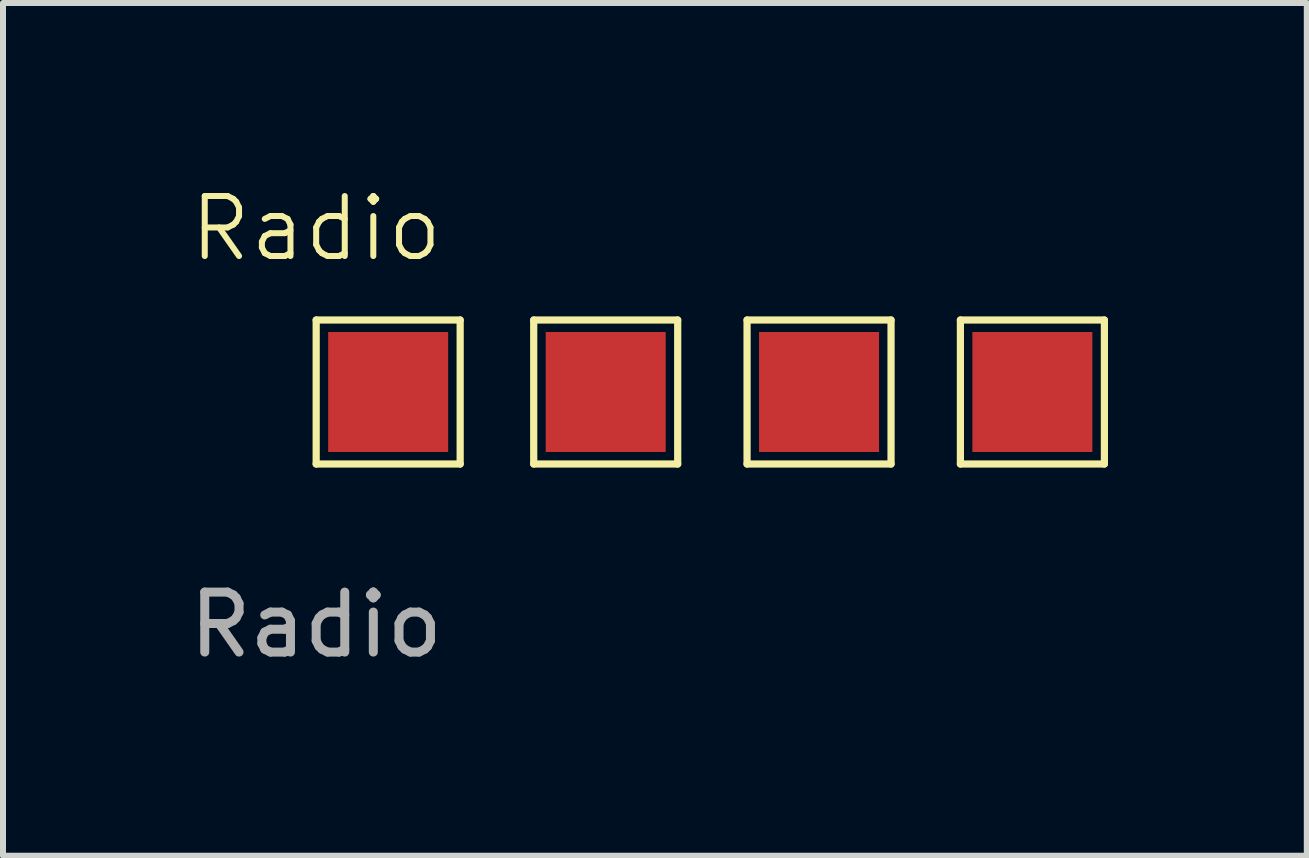
<source format=kicad_pcb>
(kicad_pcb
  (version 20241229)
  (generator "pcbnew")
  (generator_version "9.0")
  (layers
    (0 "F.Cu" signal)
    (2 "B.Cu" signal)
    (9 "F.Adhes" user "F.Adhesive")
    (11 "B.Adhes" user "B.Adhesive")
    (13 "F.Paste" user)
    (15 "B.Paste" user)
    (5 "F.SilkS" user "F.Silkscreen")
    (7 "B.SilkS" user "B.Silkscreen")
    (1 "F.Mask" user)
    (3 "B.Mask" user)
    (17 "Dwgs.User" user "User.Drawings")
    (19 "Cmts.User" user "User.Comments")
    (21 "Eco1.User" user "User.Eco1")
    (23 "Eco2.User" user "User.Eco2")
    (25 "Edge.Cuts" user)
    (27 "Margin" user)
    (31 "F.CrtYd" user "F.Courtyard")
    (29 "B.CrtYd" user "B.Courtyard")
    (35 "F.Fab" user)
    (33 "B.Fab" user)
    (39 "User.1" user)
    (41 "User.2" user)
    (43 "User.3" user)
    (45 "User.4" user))
  (footprint "Radio"
    (layer "F.Cu")
    (at 2.22 2.284)
    (property "Reference" "Radio" (at 0 -1.524 0) (unlocked yes) (layer "F.SilkS") (effects (font (size 1 1) (thickness 0.1))))
    (attr smd)
    (fp_line (start 0 0) (end 2.4 0) (stroke (width 0.12) (type solid)) (layer "F.SilkS"))
    (fp_line (start 0 2.4) (end 0 0) (stroke (width 0.12) (type solid)) (layer "F.SilkS"))
    (fp_line (start 2.4 0) (end 2.4 2.4) (stroke (width 0.12) (type solid)) (layer "F.SilkS"))
    (fp_line (start 2.4 2.4) (end 0 2.4) (stroke (width 0.12) (type solid)) (layer "F.SilkS"))
    (fp_line (start 3.626 0) (end 6.026 0) (stroke (width 0.12) (type solid)) (layer "F.SilkS"))
    (fp_line (start 3.626 2.4) (end 3.626 0) (stroke (width 0.12) (type solid)) (layer "F.SilkS"))
    (fp_line (start 6.026 0) (end 6.026 2.4) (stroke (width 0.12) (type solid)) (layer "F.SilkS"))
    (fp_line (start 6.026 2.4) (end 3.626 2.4) (stroke (width 0.12) (type solid)) (layer "F.SilkS"))
    (fp_line (start 7.182 0) (end 9.582 0) (stroke (width 0.12) (type solid)) (layer "F.SilkS"))
    (fp_line (start 7.182 2.4) (end 7.182 0) (stroke (width 0.12) (type solid)) (layer "F.SilkS"))
    (fp_line (start 9.582 0) (end 9.582 2.4) (stroke (width 0.12) (type solid)) (layer "F.SilkS"))
    (fp_line (start 9.582 2.4) (end 7.182 2.4) (stroke (width 0.12) (type solid)) (layer "F.SilkS"))
    (fp_line (start 10.738 0) (end 13.138 0) (stroke (width 0.12) (type solid)) (layer "F.SilkS"))
    (fp_line (start 10.738 2.4) (end 10.738 0) (stroke (width 0.12) (type solid)) (layer "F.SilkS"))
    (fp_line (start 13.138 0) (end 13.138 2.4) (stroke (width 0.12) (type solid)) (layer "F.SilkS"))
    (fp_line (start 13.138 2.4) (end 10.738 2.4) (stroke (width 0.12) (type solid)) (layer "F.SilkS"))
    (fp_rect (start -0.254 -0.254) (end 13.462 2.794) (stroke (width 0.1) (type default)) (fill no) (layer "Margin"))
    (fp_text user "${REFERENCE}" (at 0 5.08 0) (unlocked yes) (layer "F.Fab") (effects (font (size 1 1) (thickness 0.15))))
    (pad "1" smd rect (at 1.2 1.2) (size 2 2) (layers "F.Cu" "F.Mask"))
    (pad "2" smd rect (at 4.826 1.2) (size 2 2) (layers "F.Cu" "F.Mask"))
    (pad "3" smd rect (at 8.382 1.2) (size 2 2) (layers "F.Cu" "F.Mask"))
    (pad "4" smd rect (at 11.938 1.2) (size 2 2) (layers "F.Cu" "F.Mask")))
  (gr_rect
    (start -3 -3)
    (end 18.732 11.213)
    (stroke (width 0.1) (type default))
    (fill no)
    (layer "Edge.Cuts")))
</source>
